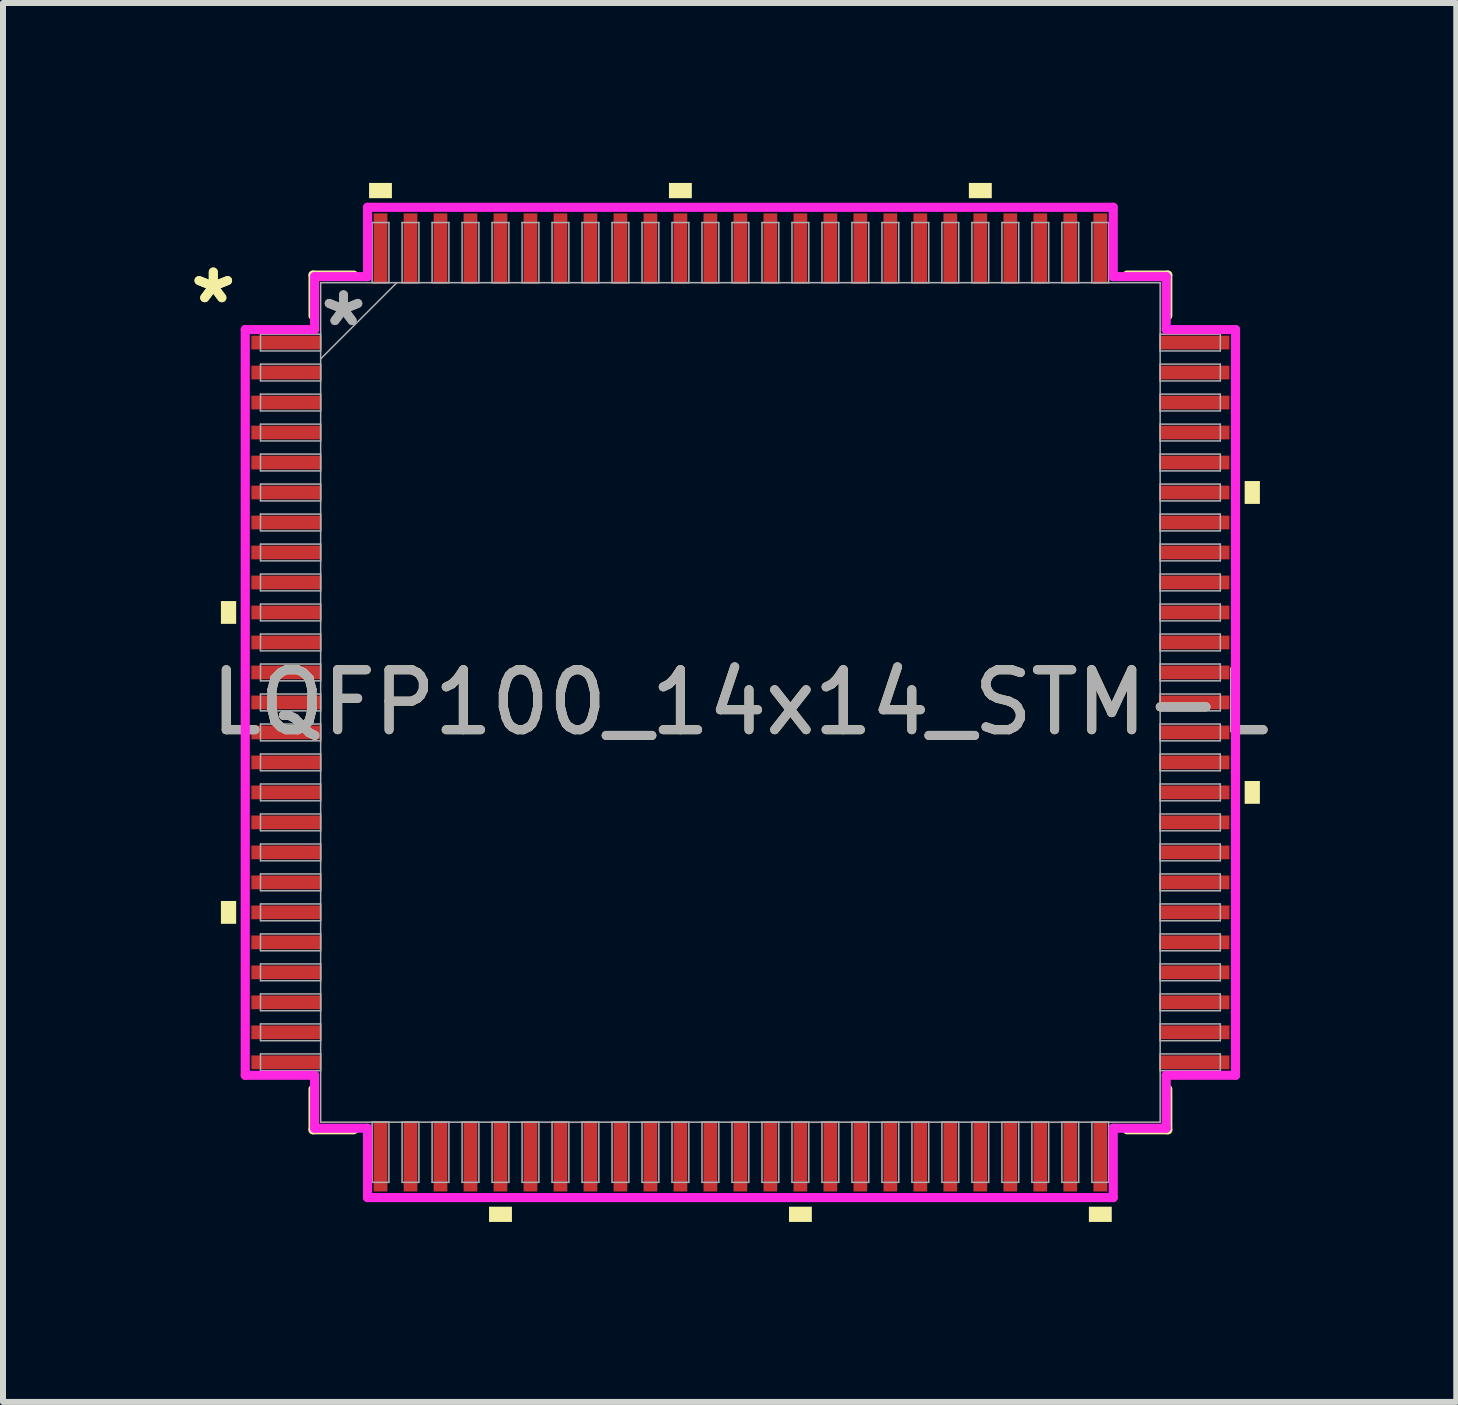
<source format=kicad_pcb>
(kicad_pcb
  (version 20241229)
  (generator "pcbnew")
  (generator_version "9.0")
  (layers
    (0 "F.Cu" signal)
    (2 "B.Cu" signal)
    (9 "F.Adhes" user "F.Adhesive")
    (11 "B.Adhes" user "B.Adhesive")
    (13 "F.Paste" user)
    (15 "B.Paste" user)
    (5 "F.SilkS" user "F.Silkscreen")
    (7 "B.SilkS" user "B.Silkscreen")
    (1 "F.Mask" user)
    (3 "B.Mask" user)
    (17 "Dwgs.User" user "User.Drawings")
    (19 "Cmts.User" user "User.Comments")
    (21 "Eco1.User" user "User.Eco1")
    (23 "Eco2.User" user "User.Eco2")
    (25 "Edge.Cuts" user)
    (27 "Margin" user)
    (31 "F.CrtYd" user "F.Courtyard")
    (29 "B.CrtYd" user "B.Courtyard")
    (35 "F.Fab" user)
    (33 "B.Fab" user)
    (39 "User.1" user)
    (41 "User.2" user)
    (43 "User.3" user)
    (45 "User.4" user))
  (footprint "LQFP100_14x14_STM-L"
    (layer "F.Cu")
    (at 9.294 8.661)
    (property "Reference" "LQFP100_14x14_STM-L" (at 0 0 0) (unlocked yes) (layer "F.SilkS") (effects (font (size 1 1) (thickness 0.15))))
    (attr smd)
    (fp_line (start -7.125 -7.125) (end -7.125 -6.447) (stroke (width 0.152) (type solid)) (layer "F.SilkS"))
    (fp_line (start -7.125 6.447) (end -7.125 7.125) (stroke (width 0.152) (type solid)) (layer "F.SilkS"))
    (fp_line (start -7.125 7.125) (end -6.447 7.125) (stroke (width 0.152) (type solid)) (layer "F.SilkS"))
    (fp_line (start -6.447 -7.125) (end -7.125 -7.125) (stroke (width 0.152) (type solid)) (layer "F.SilkS"))
    (fp_line (start 6.447 7.125) (end 7.125 7.125) (stroke (width 0.152) (type solid)) (layer "F.SilkS"))
    (fp_line (start 7.125 -7.125) (end 6.447 -7.125) (stroke (width 0.152) (type solid)) (layer "F.SilkS"))
    (fp_line (start 7.125 -6.447) (end 7.125 -7.125) (stroke (width 0.152) (type solid)) (layer "F.SilkS"))
    (fp_line (start 7.125 7.125) (end 7.125 6.447) (stroke (width 0.152) (type solid)) (layer "F.SilkS"))
    (fp_poly (pts (xy -8.661 -1.69) (xy -8.661 -1.31) (xy -8.407 -1.31) (xy -8.407 -1.69)) (stroke (width 0) (type solid)) (fill yes) (layer "F.SilkS"))
    (fp_poly (pts (xy -8.661 3.31) (xy -8.661 3.691) (xy -8.407 3.691) (xy -8.407 3.31)) (stroke (width 0) (type solid)) (fill yes) (layer "F.SilkS"))
    (fp_poly (pts (xy -6.191 -8.407) (xy -6.191 -8.661) (xy -5.81 -8.661) (xy -5.81 -8.407)) (stroke (width 0) (type solid)) (fill yes) (layer "F.SilkS"))
    (fp_poly (pts (xy -4.191 8.407) (xy -4.191 8.661) (xy -3.809 8.661) (xy -3.809 8.407)) (stroke (width 0) (type solid)) (fill yes) (layer "F.SilkS"))
    (fp_poly (pts (xy -1.191 -8.407) (xy -1.191 -8.661) (xy -0.81 -8.661) (xy -0.81 -8.407)) (stroke (width 0) (type solid)) (fill yes) (layer "F.SilkS"))
    (fp_poly (pts (xy 0.81 8.407) (xy 0.81 8.661) (xy 1.191 8.661) (xy 1.191 8.407)) (stroke (width 0) (type solid)) (fill yes) (layer "F.SilkS"))
    (fp_poly (pts (xy 3.809 -8.407) (xy 3.809 -8.661) (xy 4.191 -8.661) (xy 4.191 -8.407)) (stroke (width 0) (type solid)) (fill yes) (layer "F.SilkS"))
    (fp_poly (pts (xy 5.81 8.407) (xy 5.81 8.661) (xy 6.191 8.661) (xy 6.191 8.407)) (stroke (width 0) (type solid)) (fill yes) (layer "F.SilkS"))
    (fp_poly (pts (xy 8.661 -3.691) (xy 8.661 -3.31) (xy 8.407 -3.31) (xy 8.407 -3.691)) (stroke (width 0) (type solid)) (fill yes) (layer "F.SilkS"))
    (fp_poly (pts (xy 8.661 1.31) (xy 8.661 1.69) (xy 8.407 1.69) (xy 8.407 1.31)) (stroke (width 0) (type solid)) (fill yes) (layer "F.SilkS"))
    (fp_line (start -8.255 -6.216) (end -7.099 -6.216) (stroke (width 0.152) (type solid)) (layer "F.CrtYd"))
    (fp_line (start -8.255 6.216) (end -8.255 -6.216) (stroke (width 0.152) (type solid)) (layer "F.CrtYd"))
    (fp_line (start -7.099 -7.099) (end -6.216 -7.099) (stroke (width 0.152) (type solid)) (layer "F.CrtYd"))
    (fp_line (start -7.099 -6.216) (end -7.099 -7.099) (stroke (width 0.152) (type solid)) (layer "F.CrtYd"))
    (fp_line (start -7.099 6.216) (end -8.255 6.216) (stroke (width 0.152) (type solid)) (layer "F.CrtYd"))
    (fp_line (start -7.099 7.099) (end -7.099 6.216) (stroke (width 0.152) (type solid)) (layer "F.CrtYd"))
    (fp_line (start -7.099 7.099) (end -6.216 7.099) (stroke (width 0.152) (type solid)) (layer "F.CrtYd"))
    (fp_line (start -6.216 -8.255) (end 6.216 -8.255) (stroke (width 0.152) (type solid)) (layer "F.CrtYd"))
    (fp_line (start -6.216 -7.099) (end -6.216 -8.255) (stroke (width 0.152) (type solid)) (layer "F.CrtYd"))
    (fp_line (start -6.216 7.099) (end -6.216 8.255) (stroke (width 0.152) (type solid)) (layer "F.CrtYd"))
    (fp_line (start -6.216 8.255) (end 6.216 8.255) (stroke (width 0.152) (type solid)) (layer "F.CrtYd"))
    (fp_line (start 6.216 -8.255) (end 6.216 -7.099) (stroke (width 0.152) (type solid)) (layer "F.CrtYd"))
    (fp_line (start 6.216 -7.099) (end 7.099 -7.099) (stroke (width 0.152) (type solid)) (layer "F.CrtYd"))
    (fp_line (start 6.216 7.099) (end 7.099 7.099) (stroke (width 0.152) (type solid)) (layer "F.CrtYd"))
    (fp_line (start 6.216 8.255) (end 6.216 7.099) (stroke (width 0.152) (type solid)) (layer "F.CrtYd"))
    (fp_line (start 7.099 -6.216) (end 7.099 -7.099) (stroke (width 0.152) (type solid)) (layer "F.CrtYd"))
    (fp_line (start 7.099 6.216) (end 8.255 6.216) (stroke (width 0.152) (type solid)) (layer "F.CrtYd"))
    (fp_line (start 7.099 7.099) (end 7.099 6.216) (stroke (width 0.152) (type solid)) (layer "F.CrtYd"))
    (fp_line (start 8.255 -6.216) (end 7.099 -6.216) (stroke (width 0.152) (type solid)) (layer "F.CrtYd"))
    (fp_line (start 8.255 6.216) (end 8.255 -6.216) (stroke (width 0.152) (type solid)) (layer "F.CrtYd"))
    (fp_line (start -8.001 -6.14) (end -8.001 -5.86) (stroke (width 0.025) (type solid)) (layer "F.Fab"))
    (fp_line (start -8.001 -5.86) (end -6.998 -5.86) (stroke (width 0.025) (type solid)) (layer "F.Fab"))
    (fp_line (start -8.001 -5.64) (end -8.001 -5.36) (stroke (width 0.025) (type solid)) (layer "F.Fab"))
    (fp_line (start -8.001 -5.36) (end -6.998 -5.36) (stroke (width 0.025) (type solid)) (layer "F.Fab"))
    (fp_line (start -8.001 -5.14) (end -8.001 -4.86) (stroke (width 0.025) (type solid)) (layer "F.Fab"))
    (fp_line (start -8.001 -4.86) (end -6.998 -4.86) (stroke (width 0.025) (type solid)) (layer "F.Fab"))
    (fp_line (start -8.001 -4.64) (end -8.001 -4.36) (stroke (width 0.025) (type solid)) (layer "F.Fab"))
    (fp_line (start -8.001 -4.36) (end -6.998 -4.36) (stroke (width 0.025) (type solid)) (layer "F.Fab"))
    (fp_line (start -8.001 -4.14) (end -8.001 -3.86) (stroke (width 0.025) (type solid)) (layer "F.Fab"))
    (fp_line (start -8.001 -3.86) (end -6.998 -3.86) (stroke (width 0.025) (type solid)) (layer "F.Fab"))
    (fp_line (start -8.001 -3.64) (end -8.001 -3.36) (stroke (width 0.025) (type solid)) (layer "F.Fab"))
    (fp_line (start -8.001 -3.36) (end -6.998 -3.36) (stroke (width 0.025) (type solid)) (layer "F.Fab"))
    (fp_line (start -8.001 -3.14) (end -8.001 -2.86) (stroke (width 0.025) (type solid)) (layer "F.Fab"))
    (fp_line (start -8.001 -2.86) (end -6.998 -2.86) (stroke (width 0.025) (type solid)) (layer "F.Fab"))
    (fp_line (start -8.001 -2.64) (end -8.001 -2.36) (stroke (width 0.025) (type solid)) (layer "F.Fab"))
    (fp_line (start -8.001 -2.36) (end -6.998 -2.36) (stroke (width 0.025) (type solid)) (layer "F.Fab"))
    (fp_line (start -8.001 -2.14) (end -8.001 -1.86) (stroke (width 0.025) (type solid)) (layer "F.Fab"))
    (fp_line (start -8.001 -1.86) (end -6.998 -1.86) (stroke (width 0.025) (type solid)) (layer "F.Fab"))
    (fp_line (start -8.001 -1.64) (end -8.001 -1.36) (stroke (width 0.025) (type solid)) (layer "F.Fab"))
    (fp_line (start -8.001 -1.36) (end -6.998 -1.36) (stroke (width 0.025) (type solid)) (layer "F.Fab"))
    (fp_line (start -8.001 -1.14) (end -8.001 -0.86) (stroke (width 0.025) (type solid)) (layer "F.Fab"))
    (fp_line (start -8.001 -0.86) (end -6.998 -0.86) (stroke (width 0.025) (type solid)) (layer "F.Fab"))
    (fp_line (start -8.001 -0.64) (end -8.001 -0.36) (stroke (width 0.025) (type solid)) (layer "F.Fab"))
    (fp_line (start -8.001 -0.36) (end -6.998 -0.36) (stroke (width 0.025) (type solid)) (layer "F.Fab"))
    (fp_line (start -8.001 -0.14) (end -8.001 0.14) (stroke (width 0.025) (type solid)) (layer "F.Fab"))
    (fp_line (start -8.001 0.14) (end -6.998 0.14) (stroke (width 0.025) (type solid)) (layer "F.Fab"))
    (fp_line (start -8.001 0.36) (end -8.001 0.64) (stroke (width 0.025) (type solid)) (layer "F.Fab"))
    (fp_line (start -8.001 0.64) (end -6.998 0.64) (stroke (width 0.025) (type solid)) (layer "F.Fab"))
    (fp_line (start -8.001 0.86) (end -8.001 1.14) (stroke (width 0.025) (type solid)) (layer "F.Fab"))
    (fp_line (start -8.001 1.14) (end -6.998 1.14) (stroke (width 0.025) (type solid)) (layer "F.Fab"))
    (fp_line (start -8.001 1.36) (end -8.001 1.64) (stroke (width 0.025) (type solid)) (layer "F.Fab"))
    (fp_line (start -8.001 1.64) (end -6.998 1.64) (stroke (width 0.025) (type solid)) (layer "F.Fab"))
    (fp_line (start -8.001 1.86) (end -8.001 2.14) (stroke (width 0.025) (type solid)) (layer "F.Fab"))
    (fp_line (start -8.001 2.14) (end -6.998 2.14) (stroke (width 0.025) (type solid)) (layer "F.Fab"))
    (fp_line (start -8.001 2.36) (end -8.001 2.64) (stroke (width 0.025) (type solid)) (layer "F.Fab"))
    (fp_line (start -8.001 2.64) (end -6.998 2.64) (stroke (width 0.025) (type solid)) (layer "F.Fab"))
    (fp_line (start -8.001 2.86) (end -8.001 3.14) (stroke (width 0.025) (type solid)) (layer "F.Fab"))
    (fp_line (start -8.001 3.14) (end -6.998 3.14) (stroke (width 0.025) (type solid)) (layer "F.Fab"))
    (fp_line (start -8.001 3.36) (end -8.001 3.64) (stroke (width 0.025) (type solid)) (layer "F.Fab"))
    (fp_line (start -8.001 3.64) (end -6.998 3.64) (stroke (width 0.025) (type solid)) (layer "F.Fab"))
    (fp_line (start -8.001 3.86) (end -8.001 4.14) (stroke (width 0.025) (type solid)) (layer "F.Fab"))
    (fp_line (start -8.001 4.14) (end -6.998 4.14) (stroke (width 0.025) (type solid)) (layer "F.Fab"))
    (fp_line (start -8.001 4.36) (end -8.001 4.64) (stroke (width 0.025) (type solid)) (layer "F.Fab"))
    (fp_line (start -8.001 4.64) (end -6.998 4.64) (stroke (width 0.025) (type solid)) (layer "F.Fab"))
    (fp_line (start -8.001 4.86) (end -8.001 5.14) (stroke (width 0.025) (type solid)) (layer "F.Fab"))
    (fp_line (start -8.001 5.14) (end -6.998 5.14) (stroke (width 0.025) (type solid)) (layer "F.Fab"))
    (fp_line (start -8.001 5.36) (end -8.001 5.64) (stroke (width 0.025) (type solid)) (layer "F.Fab"))
    (fp_line (start -8.001 5.64) (end -6.998 5.64) (stroke (width 0.025) (type solid)) (layer "F.Fab"))
    (fp_line (start -8.001 5.86) (end -8.001 6.14) (stroke (width 0.025) (type solid)) (layer "F.Fab"))
    (fp_line (start -8.001 6.14) (end -6.998 6.14) (stroke (width 0.025) (type solid)) (layer "F.Fab"))
    (fp_line (start -6.998 -6.998) (end -6.998 6.998) (stroke (width 0.025) (type solid)) (layer "F.Fab"))
    (fp_line (start -6.998 -6.14) (end -8.001 -6.14) (stroke (width 0.025) (type solid)) (layer "F.Fab"))
    (fp_line (start -6.998 -5.86) (end -6.998 -6.14) (stroke (width 0.025) (type solid)) (layer "F.Fab"))
    (fp_line (start -6.998 -5.728) (end -5.728 -6.998) (stroke (width 0.025) (type solid)) (layer "F.Fab"))
    (fp_line (start -6.998 -5.64) (end -8.001 -5.64) (stroke (width 0.025) (type solid)) (layer "F.Fab"))
    (fp_line (start -6.998 -5.36) (end -6.998 -5.64) (stroke (width 0.025) (type solid)) (layer "F.Fab"))
    (fp_line (start -6.998 -5.14) (end -8.001 -5.14) (stroke (width 0.025) (type solid)) (layer "F.Fab"))
    (fp_line (start -6.998 -4.86) (end -6.998 -5.14) (stroke (width 0.025) (type solid)) (layer "F.Fab"))
    (fp_line (start -6.998 -4.64) (end -8.001 -4.64) (stroke (width 0.025) (type solid)) (layer "F.Fab"))
    (fp_line (start -6.998 -4.36) (end -6.998 -4.64) (stroke (width 0.025) (type solid)) (layer "F.Fab"))
    (fp_line (start -6.998 -4.14) (end -8.001 -4.14) (stroke (width 0.025) (type solid)) (layer "F.Fab"))
    (fp_line (start -6.998 -3.86) (end -6.998 -4.14) (stroke (width 0.025) (type solid)) (layer "F.Fab"))
    (fp_line (start -6.998 -3.64) (end -8.001 -3.64) (stroke (width 0.025) (type solid)) (layer "F.Fab"))
    (fp_line (start -6.998 -3.36) (end -6.998 -3.64) (stroke (width 0.025) (type solid)) (layer "F.Fab"))
    (fp_line (start -6.998 -3.14) (end -8.001 -3.14) (stroke (width 0.025) (type solid)) (layer "F.Fab"))
    (fp_line (start -6.998 -2.86) (end -6.998 -3.14) (stroke (width 0.025) (type solid)) (layer "F.Fab"))
    (fp_line (start -6.998 -2.64) (end -8.001 -2.64) (stroke (width 0.025) (type solid)) (layer "F.Fab"))
    (fp_line (start -6.998 -2.36) (end -6.998 -2.64) (stroke (width 0.025) (type solid)) (layer "F.Fab"))
    (fp_line (start -6.998 -2.14) (end -8.001 -2.14) (stroke (width 0.025) (type solid)) (layer "F.Fab"))
    (fp_line (start -6.998 -1.86) (end -6.998 -2.14) (stroke (width 0.025) (type solid)) (layer "F.Fab"))
    (fp_line (start -6.998 -1.64) (end -8.001 -1.64) (stroke (width 0.025) (type solid)) (layer "F.Fab"))
    (fp_line (start -6.998 -1.36) (end -6.998 -1.64) (stroke (width 0.025) (type solid)) (layer "F.Fab"))
    (fp_line (start -6.998 -1.14) (end -8.001 -1.14) (stroke (width 0.025) (type solid)) (layer "F.Fab"))
    (fp_line (start -6.998 -0.86) (end -6.998 -1.14) (stroke (width 0.025) (type solid)) (layer "F.Fab"))
    (fp_line (start -6.998 -0.64) (end -8.001 -0.64) (stroke (width 0.025) (type solid)) (layer "F.Fab"))
    (fp_line (start -6.998 -0.36) (end -6.998 -0.64) (stroke (width 0.025) (type solid)) (layer "F.Fab"))
    (fp_line (start -6.998 -0.14) (end -8.001 -0.14) (stroke (width 0.025) (type solid)) (layer "F.Fab"))
    (fp_line (start -6.998 0.14) (end -6.998 -0.14) (stroke (width 0.025) (type solid)) (layer "F.Fab"))
    (fp_line (start -6.998 0.36) (end -8.001 0.36) (stroke (width 0.025) (type solid)) (layer "F.Fab"))
    (fp_line (start -6.998 0.64) (end -6.998 0.36) (stroke (width 0.025) (type solid)) (layer "F.Fab"))
    (fp_line (start -6.998 0.86) (end -8.001 0.86) (stroke (width 0.025) (type solid)) (layer "F.Fab"))
    (fp_line (start -6.998 1.14) (end -6.998 0.86) (stroke (width 0.025) (type solid)) (layer "F.Fab"))
    (fp_line (start -6.998 1.36) (end -8.001 1.36) (stroke (width 0.025) (type solid)) (layer "F.Fab"))
    (fp_line (start -6.998 1.64) (end -6.998 1.36) (stroke (width 0.025) (type solid)) (layer "F.Fab"))
    (fp_line (start -6.998 1.86) (end -8.001 1.86) (stroke (width 0.025) (type solid)) (layer "F.Fab"))
    (fp_line (start -6.998 2.14) (end -6.998 1.86) (stroke (width 0.025) (type solid)) (layer "F.Fab"))
    (fp_line (start -6.998 2.36) (end -8.001 2.36) (stroke (width 0.025) (type solid)) (layer "F.Fab"))
    (fp_line (start -6.998 2.64) (end -6.998 2.36) (stroke (width 0.025) (type solid)) (layer "F.Fab"))
    (fp_line (start -6.998 2.86) (end -8.001 2.86) (stroke (width 0.025) (type solid)) (layer "F.Fab"))
    (fp_line (start -6.998 3.14) (end -6.998 2.86) (stroke (width 0.025) (type solid)) (layer "F.Fab"))
    (fp_line (start -6.998 3.36) (end -8.001 3.36) (stroke (width 0.025) (type solid)) (layer "F.Fab"))
    (fp_line (start -6.998 3.64) (end -6.998 3.36) (stroke (width 0.025) (type solid)) (layer "F.Fab"))
    (fp_line (start -6.998 3.86) (end -8.001 3.86) (stroke (width 0.025) (type solid)) (layer "F.Fab"))
    (fp_line (start -6.998 4.14) (end -6.998 3.86) (stroke (width 0.025) (type solid)) (layer "F.Fab"))
    (fp_line (start -6.998 4.36) (end -8.001 4.36) (stroke (width 0.025) (type solid)) (layer "F.Fab"))
    (fp_line (start -6.998 4.64) (end -6.998 4.36) (stroke (width 0.025) (type solid)) (layer "F.Fab"))
    (fp_line (start -6.998 4.86) (end -8.001 4.86) (stroke (width 0.025) (type solid)) (layer "F.Fab"))
    (fp_line (start -6.998 5.14) (end -6.998 4.86) (stroke (width 0.025) (type solid)) (layer "F.Fab"))
    (fp_line (start -6.998 5.36) (end -8.001 5.36) (stroke (width 0.025) (type solid)) (layer "F.Fab"))
    (fp_line (start -6.998 5.64) (end -6.998 5.36) (stroke (width 0.025) (type solid)) (layer "F.Fab"))
    (fp_line (start -6.998 5.86) (end -8.001 5.86) (stroke (width 0.025) (type solid)) (layer "F.Fab"))
    (fp_line (start -6.998 6.14) (end -6.998 5.86) (stroke (width 0.025) (type solid)) (layer "F.Fab"))
    (fp_line (start -6.998 6.998) (end 6.998 6.998) (stroke (width 0.025) (type solid)) (layer "F.Fab"))
    (fp_line (start -6.14 -8.001) (end -6.14 -6.998) (stroke (width 0.025) (type solid)) (layer "F.Fab"))
    (fp_line (start -6.14 -6.998) (end -5.86 -6.998) (stroke (width 0.025) (type solid)) (layer "F.Fab"))
    (fp_line (start -6.14 6.998) (end -6.14 8.001) (stroke (width 0.025) (type solid)) (layer "F.Fab"))
    (fp_line (start -6.14 8.001) (end -5.86 8.001) (stroke (width 0.025) (type solid)) (layer "F.Fab"))
    (fp_line (start -5.86 -8.001) (end -6.14 -8.001) (stroke (width 0.025) (type solid)) (layer "F.Fab"))
    (fp_line (start -5.86 -6.998) (end -5.86 -8.001) (stroke (width 0.025) (type solid)) (layer "F.Fab"))
    (fp_line (start -5.86 6.998) (end -6.14 6.998) (stroke (width 0.025) (type solid)) (layer "F.Fab"))
    (fp_line (start -5.86 8.001) (end -5.86 6.998) (stroke (width 0.025) (type solid)) (layer "F.Fab"))
    (fp_line (start -5.64 -8.001) (end -5.64 -6.998) (stroke (width 0.025) (type solid)) (layer "F.Fab"))
    (fp_line (start -5.64 -6.998) (end -5.36 -6.998) (stroke (width 0.025) (type solid)) (layer "F.Fab"))
    (fp_line (start -5.64 6.998) (end -5.64 8.001) (stroke (width 0.025) (type solid)) (layer "F.Fab"))
    (fp_line (start -5.64 8.001) (end -5.36 8.001) (stroke (width 0.025) (type solid)) (layer "F.Fab"))
    (fp_line (start -5.36 -8.001) (end -5.64 -8.001) (stroke (width 0.025) (type solid)) (layer "F.Fab"))
    (fp_line (start -5.36 -6.998) (end -5.36 -8.001) (stroke (width 0.025) (type solid)) (layer "F.Fab"))
    (fp_line (start -5.36 6.998) (end -5.64 6.998) (stroke (width 0.025) (type solid)) (layer "F.Fab"))
    (fp_line (start -5.36 8.001) (end -5.36 6.998) (stroke (width 0.025) (type solid)) (layer "F.Fab"))
    (fp_line (start -5.14 -8.001) (end -5.14 -6.998) (stroke (width 0.025) (type solid)) (layer "F.Fab"))
    (fp_line (start -5.14 -6.998) (end -4.86 -6.998) (stroke (width 0.025) (type solid)) (layer "F.Fab"))
    (fp_line (start -5.14 6.998) (end -5.14 8.001) (stroke (width 0.025) (type solid)) (layer "F.Fab"))
    (fp_line (start -5.14 8.001) (end -4.86 8.001) (stroke (width 0.025) (type solid)) (layer "F.Fab"))
    (fp_line (start -4.86 -8.001) (end -5.14 -8.001) (stroke (width 0.025) (type solid)) (layer "F.Fab"))
    (fp_line (start -4.86 -6.998) (end -4.86 -8.001) (stroke (width 0.025) (type solid)) (layer "F.Fab"))
    (fp_line (start -4.86 6.998) (end -5.14 6.998) (stroke (width 0.025) (type solid)) (layer "F.Fab"))
    (fp_line (start -4.86 8.001) (end -4.86 6.998) (stroke (width 0.025) (type solid)) (layer "F.Fab"))
    (fp_line (start -4.64 -8.001) (end -4.64 -6.998) (stroke (width 0.025) (type solid)) (layer "F.Fab"))
    (fp_line (start -4.64 -6.998) (end -4.36 -6.998) (stroke (width 0.025) (type solid)) (layer "F.Fab"))
    (fp_line (start -4.64 6.998) (end -4.64 8.001) (stroke (width 0.025) (type solid)) (layer "F.Fab"))
    (fp_line (start -4.64 8.001) (end -4.36 8.001) (stroke (width 0.025) (type solid)) (layer "F.Fab"))
    (fp_line (start -4.36 -8.001) (end -4.64 -8.001) (stroke (width 0.025) (type solid)) (layer "F.Fab"))
    (fp_line (start -4.36 -6.998) (end -4.36 -8.001) (stroke (width 0.025) (type solid)) (layer "F.Fab"))
    (fp_line (start -4.36 6.998) (end -4.64 6.998) (stroke (width 0.025) (type solid)) (layer "F.Fab"))
    (fp_line (start -4.36 8.001) (end -4.36 6.998) (stroke (width 0.025) (type solid)) (layer "F.Fab"))
    (fp_line (start -4.14 -8.001) (end -4.14 -6.998) (stroke (width 0.025) (type solid)) (layer "F.Fab"))
    (fp_line (start -4.14 -6.998) (end -3.86 -6.998) (stroke (width 0.025) (type solid)) (layer "F.Fab"))
    (fp_line (start -4.14 6.998) (end -4.14 8.001) (stroke (width 0.025) (type solid)) (layer "F.Fab"))
    (fp_line (start -4.14 8.001) (end -3.86 8.001) (stroke (width 0.025) (type solid)) (layer "F.Fab"))
    (fp_line (start -3.86 -8.001) (end -4.14 -8.001) (stroke (width 0.025) (type solid)) (layer "F.Fab"))
    (fp_line (start -3.86 -6.998) (end -3.86 -8.001) (stroke (width 0.025) (type solid)) (layer "F.Fab"))
    (fp_line (start -3.86 6.998) (end -4.14 6.998) (stroke (width 0.025) (type solid)) (layer "F.Fab"))
    (fp_line (start -3.86 8.001) (end -3.86 6.998) (stroke (width 0.025) (type solid)) (layer "F.Fab"))
    (fp_line (start -3.64 -8.001) (end -3.64 -6.998) (stroke (width 0.025) (type solid)) (layer "F.Fab"))
    (fp_line (start -3.64 -6.998) (end -3.36 -6.998) (stroke (width 0.025) (type solid)) (layer "F.Fab"))
    (fp_line (start -3.64 6.998) (end -3.64 8.001) (stroke (width 0.025) (type solid)) (layer "F.Fab"))
    (fp_line (start -3.64 8.001) (end -3.36 8.001) (stroke (width 0.025) (type solid)) (layer "F.Fab"))
    (fp_line (start -3.36 -8.001) (end -3.64 -8.001) (stroke (width 0.025) (type solid)) (layer "F.Fab"))
    (fp_line (start -3.36 -6.998) (end -3.36 -8.001) (stroke (width 0.025) (type solid)) (layer "F.Fab"))
    (fp_line (start -3.36 6.998) (end -3.64 6.998) (stroke (width 0.025) (type solid)) (layer "F.Fab"))
    (fp_line (start -3.36 8.001) (end -3.36 6.998) (stroke (width 0.025) (type solid)) (layer "F.Fab"))
    (fp_line (start -3.14 -8.001) (end -3.14 -6.998) (stroke (width 0.025) (type solid)) (layer "F.Fab"))
    (fp_line (start -3.14 -6.998) (end -2.86 -6.998) (stroke (width 0.025) (type solid)) (layer "F.Fab"))
    (fp_line (start -3.14 6.998) (end -3.14 8.001) (stroke (width 0.025) (type solid)) (layer "F.Fab"))
    (fp_line (start -3.14 8.001) (end -2.86 8.001) (stroke (width 0.025) (type solid)) (layer "F.Fab"))
    (fp_line (start -2.86 -8.001) (end -3.14 -8.001) (stroke (width 0.025) (type solid)) (layer "F.Fab"))
    (fp_line (start -2.86 -6.998) (end -2.86 -8.001) (stroke (width 0.025) (type solid)) (layer "F.Fab"))
    (fp_line (start -2.86 6.998) (end -3.14 6.998) (stroke (width 0.025) (type solid)) (layer "F.Fab"))
    (fp_line (start -2.86 8.001) (end -2.86 6.998) (stroke (width 0.025) (type solid)) (layer "F.Fab"))
    (fp_line (start -2.64 -8.001) (end -2.64 -6.998) (stroke (width 0.025) (type solid)) (layer "F.Fab"))
    (fp_line (start -2.64 -6.998) (end -2.36 -6.998) (stroke (width 0.025) (type solid)) (layer "F.Fab"))
    (fp_line (start -2.64 6.998) (end -2.64 8.001) (stroke (width 0.025) (type solid)) (layer "F.Fab"))
    (fp_line (start -2.64 8.001) (end -2.36 8.001) (stroke (width 0.025) (type solid)) (layer "F.Fab"))
    (fp_line (start -2.36 -8.001) (end -2.64 -8.001) (stroke (width 0.025) (type solid)) (layer "F.Fab"))
    (fp_line (start -2.36 -6.998) (end -2.36 -8.001) (stroke (width 0.025) (type solid)) (layer "F.Fab"))
    (fp_line (start -2.36 6.998) (end -2.64 6.998) (stroke (width 0.025) (type solid)) (layer "F.Fab"))
    (fp_line (start -2.36 8.001) (end -2.36 6.998) (stroke (width 0.025) (type solid)) (layer "F.Fab"))
    (fp_line (start -2.14 -8.001) (end -2.14 -6.998) (stroke (width 0.025) (type solid)) (layer "F.Fab"))
    (fp_line (start -2.14 -6.998) (end -1.86 -6.998) (stroke (width 0.025) (type solid)) (layer "F.Fab"))
    (fp_line (start -2.14 6.998) (end -2.14 8.001) (stroke (width 0.025) (type solid)) (layer "F.Fab"))
    (fp_line (start -2.14 8.001) (end -1.86 8.001) (stroke (width 0.025) (type solid)) (layer "F.Fab"))
    (fp_line (start -1.86 -8.001) (end -2.14 -8.001) (stroke (width 0.025) (type solid)) (layer "F.Fab"))
    (fp_line (start -1.86 -6.998) (end -1.86 -8.001) (stroke (width 0.025) (type solid)) (layer "F.Fab"))
    (fp_line (start -1.86 6.998) (end -2.14 6.998) (stroke (width 0.025) (type solid)) (layer "F.Fab"))
    (fp_line (start -1.86 8.001) (end -1.86 6.998) (stroke (width 0.025) (type solid)) (layer "F.Fab"))
    (fp_line (start -1.64 -8.001) (end -1.64 -6.998) (stroke (width 0.025) (type solid)) (layer "F.Fab"))
    (fp_line (start -1.64 -6.998) (end -1.36 -6.998) (stroke (width 0.025) (type solid)) (layer "F.Fab"))
    (fp_line (start -1.64 6.998) (end -1.64 8.001) (stroke (width 0.025) (type solid)) (layer "F.Fab"))
    (fp_line (start -1.64 8.001) (end -1.36 8.001) (stroke (width 0.025) (type solid)) (layer "F.Fab"))
    (fp_line (start -1.36 -8.001) (end -1.64 -8.001) (stroke (width 0.025) (type solid)) (layer "F.Fab"))
    (fp_line (start -1.36 -6.998) (end -1.36 -8.001) (stroke (width 0.025) (type solid)) (layer "F.Fab"))
    (fp_line (start -1.36 6.998) (end -1.64 6.998) (stroke (width 0.025) (type solid)) (layer "F.Fab"))
    (fp_line (start -1.36 8.001) (end -1.36 6.998) (stroke (width 0.025) (type solid)) (layer "F.Fab"))
    (fp_line (start -1.14 -8.001) (end -1.14 -6.998) (stroke (width 0.025) (type solid)) (layer "F.Fab"))
    (fp_line (start -1.14 -6.998) (end -0.86 -6.998) (stroke (width 0.025) (type solid)) (layer "F.Fab"))
    (fp_line (start -1.14 6.998) (end -1.14 8.001) (stroke (width 0.025) (type solid)) (layer "F.Fab"))
    (fp_line (start -1.14 8.001) (end -0.86 8.001) (stroke (width 0.025) (type solid)) (layer "F.Fab"))
    (fp_line (start -0.86 -8.001) (end -1.14 -8.001) (stroke (width 0.025) (type solid)) (layer "F.Fab"))
    (fp_line (start -0.86 -6.998) (end -0.86 -8.001) (stroke (width 0.025) (type solid)) (layer "F.Fab"))
    (fp_line (start -0.86 6.998) (end -1.14 6.998) (stroke (width 0.025) (type solid)) (layer "F.Fab"))
    (fp_line (start -0.86 8.001) (end -0.86 6.998) (stroke (width 0.025) (type solid)) (layer "F.Fab"))
    (fp_line (start -0.64 -8.001) (end -0.64 -6.998) (stroke (width 0.025) (type solid)) (layer "F.Fab"))
    (fp_line (start -0.64 -6.998) (end -0.36 -6.998) (stroke (width 0.025) (type solid)) (layer "F.Fab"))
    (fp_line (start -0.64 6.998) (end -0.64 8.001) (stroke (width 0.025) (type solid)) (layer "F.Fab"))
    (fp_line (start -0.64 8.001) (end -0.36 8.001) (stroke (width 0.025) (type solid)) (layer "F.Fab"))
    (fp_line (start -0.36 -8.001) (end -0.64 -8.001) (stroke (width 0.025) (type solid)) (layer "F.Fab"))
    (fp_line (start -0.36 -6.998) (end -0.36 -8.001) (stroke (width 0.025) (type solid)) (layer "F.Fab"))
    (fp_line (start -0.36 6.998) (end -0.64 6.998) (stroke (width 0.025) (type solid)) (layer "F.Fab"))
    (fp_line (start -0.36 8.001) (end -0.36 6.998) (stroke (width 0.025) (type solid)) (layer "F.Fab"))
    (fp_line (start -0.14 -8.001) (end -0.14 -6.998) (stroke (width 0.025) (type solid)) (layer "F.Fab"))
    (fp_line (start -0.14 -6.998) (end 0.14 -6.998) (stroke (width 0.025) (type solid)) (layer "F.Fab"))
    (fp_line (start -0.14 6.998) (end -0.14 8.001) (stroke (width 0.025) (type solid)) (layer "F.Fab"))
    (fp_line (start -0.14 8.001) (end 0.14 8.001) (stroke (width 0.025) (type solid)) (layer "F.Fab"))
    (fp_line (start 0.14 -8.001) (end -0.14 -8.001) (stroke (width 0.025) (type solid)) (layer "F.Fab"))
    (fp_line (start 0.14 -6.998) (end 0.14 -8.001) (stroke (width 0.025) (type solid)) (layer "F.Fab"))
    (fp_line (start 0.14 6.998) (end -0.14 6.998) (stroke (width 0.025) (type solid)) (layer "F.Fab"))
    (fp_line (start 0.14 8.001) (end 0.14 6.998) (stroke (width 0.025) (type solid)) (layer "F.Fab"))
    (fp_line (start 0.36 -8.001) (end 0.36 -6.998) (stroke (width 0.025) (type solid)) (layer "F.Fab"))
    (fp_line (start 0.36 -6.998) (end 0.64 -6.998) (stroke (width 0.025) (type solid)) (layer "F.Fab"))
    (fp_line (start 0.36 6.998) (end 0.36 8.001) (stroke (width 0.025) (type solid)) (layer "F.Fab"))
    (fp_line (start 0.36 8.001) (end 0.64 8.001) (stroke (width 0.025) (type solid)) (layer "F.Fab"))
    (fp_line (start 0.64 -8.001) (end 0.36 -8.001) (stroke (width 0.025) (type solid)) (layer "F.Fab"))
    (fp_line (start 0.64 -6.998) (end 0.64 -8.001) (stroke (width 0.025) (type solid)) (layer "F.Fab"))
    (fp_line (start 0.64 6.998) (end 0.36 6.998) (stroke (width 0.025) (type solid)) (layer "F.Fab"))
    (fp_line (start 0.64 8.001) (end 0.64 6.998) (stroke (width 0.025) (type solid)) (layer "F.Fab"))
    (fp_line (start 0.86 -8.001) (end 0.86 -6.998) (stroke (width 0.025) (type solid)) (layer "F.Fab"))
    (fp_line (start 0.86 -6.998) (end 1.14 -6.998) (stroke (width 0.025) (type solid)) (layer "F.Fab"))
    (fp_line (start 0.86 6.998) (end 0.86 8.001) (stroke (width 0.025) (type solid)) (layer "F.Fab"))
    (fp_line (start 0.86 8.001) (end 1.14 8.001) (stroke (width 0.025) (type solid)) (layer "F.Fab"))
    (fp_line (start 1.14 -8.001) (end 0.86 -8.001) (stroke (width 0.025) (type solid)) (layer "F.Fab"))
    (fp_line (start 1.14 -6.998) (end 1.14 -8.001) (stroke (width 0.025) (type solid)) (layer "F.Fab"))
    (fp_line (start 1.14 6.998) (end 0.86 6.998) (stroke (width 0.025) (type solid)) (layer "F.Fab"))
    (fp_line (start 1.14 8.001) (end 1.14 6.998) (stroke (width 0.025) (type solid)) (layer "F.Fab"))
    (fp_line (start 1.36 -8.001) (end 1.36 -6.998) (stroke (width 0.025) (type solid)) (layer "F.Fab"))
    (fp_line (start 1.36 -6.998) (end 1.64 -6.998) (stroke (width 0.025) (type solid)) (layer "F.Fab"))
    (fp_line (start 1.36 6.998) (end 1.36 8.001) (stroke (width 0.025) (type solid)) (layer "F.Fab"))
    (fp_line (start 1.36 8.001) (end 1.64 8.001) (stroke (width 0.025) (type solid)) (layer "F.Fab"))
    (fp_line (start 1.64 -8.001) (end 1.36 -8.001) (stroke (width 0.025) (type solid)) (layer "F.Fab"))
    (fp_line (start 1.64 -6.998) (end 1.64 -8.001) (stroke (width 0.025) (type solid)) (layer "F.Fab"))
    (fp_line (start 1.64 6.998) (end 1.36 6.998) (stroke (width 0.025) (type solid)) (layer "F.Fab"))
    (fp_line (start 1.64 8.001) (end 1.64 6.998) (stroke (width 0.025) (type solid)) (layer "F.Fab"))
    (fp_line (start 1.86 -8.001) (end 1.86 -6.998) (stroke (width 0.025) (type solid)) (layer "F.Fab"))
    (fp_line (start 1.86 -6.998) (end 2.14 -6.998) (stroke (width 0.025) (type solid)) (layer "F.Fab"))
    (fp_line (start 1.86 6.998) (end 1.86 8.001) (stroke (width 0.025) (type solid)) (layer "F.Fab"))
    (fp_line (start 1.86 8.001) (end 2.14 8.001) (stroke (width 0.025) (type solid)) (layer "F.Fab"))
    (fp_line (start 2.14 -8.001) (end 1.86 -8.001) (stroke (width 0.025) (type solid)) (layer "F.Fab"))
    (fp_line (start 2.14 -6.998) (end 2.14 -8.001) (stroke (width 0.025) (type solid)) (layer "F.Fab"))
    (fp_line (start 2.14 6.998) (end 1.86 6.998) (stroke (width 0.025) (type solid)) (layer "F.Fab"))
    (fp_line (start 2.14 8.001) (end 2.14 6.998) (stroke (width 0.025) (type solid)) (layer "F.Fab"))
    (fp_line (start 2.36 -8.001) (end 2.36 -6.998) (stroke (width 0.025) (type solid)) (layer "F.Fab"))
    (fp_line (start 2.36 -6.998) (end 2.64 -6.998) (stroke (width 0.025) (type solid)) (layer "F.Fab"))
    (fp_line (start 2.36 6.998) (end 2.36 8.001) (stroke (width 0.025) (type solid)) (layer "F.Fab"))
    (fp_line (start 2.36 8.001) (end 2.64 8.001) (stroke (width 0.025) (type solid)) (layer "F.Fab"))
    (fp_line (start 2.64 -8.001) (end 2.36 -8.001) (stroke (width 0.025) (type solid)) (layer "F.Fab"))
    (fp_line (start 2.64 -6.998) (end 2.64 -8.001) (stroke (width 0.025) (type solid)) (layer "F.Fab"))
    (fp_line (start 2.64 6.998) (end 2.36 6.998) (stroke (width 0.025) (type solid)) (layer "F.Fab"))
    (fp_line (start 2.64 8.001) (end 2.64 6.998) (stroke (width 0.025) (type solid)) (layer "F.Fab"))
    (fp_line (start 2.86 -8.001) (end 2.86 -6.998) (stroke (width 0.025) (type solid)) (layer "F.Fab"))
    (fp_line (start 2.86 -6.998) (end 3.14 -6.998) (stroke (width 0.025) (type solid)) (layer "F.Fab"))
    (fp_line (start 2.86 6.998) (end 2.86 8.001) (stroke (width 0.025) (type solid)) (layer "F.Fab"))
    (fp_line (start 2.86 8.001) (end 3.14 8.001) (stroke (width 0.025) (type solid)) (layer "F.Fab"))
    (fp_line (start 3.14 -8.001) (end 2.86 -8.001) (stroke (width 0.025) (type solid)) (layer "F.Fab"))
    (fp_line (start 3.14 -6.998) (end 3.14 -8.001) (stroke (width 0.025) (type solid)) (layer "F.Fab"))
    (fp_line (start 3.14 6.998) (end 2.86 6.998) (stroke (width 0.025) (type solid)) (layer "F.Fab"))
    (fp_line (start 3.14 8.001) (end 3.14 6.998) (stroke (width 0.025) (type solid)) (layer "F.Fab"))
    (fp_line (start 3.36 -8.001) (end 3.36 -6.998) (stroke (width 0.025) (type solid)) (layer "F.Fab"))
    (fp_line (start 3.36 -6.998) (end 3.64 -6.998) (stroke (width 0.025) (type solid)) (layer "F.Fab"))
    (fp_line (start 3.36 6.998) (end 3.36 8.001) (stroke (width 0.025) (type solid)) (layer "F.Fab"))
    (fp_line (start 3.36 8.001) (end 3.64 8.001) (stroke (width 0.025) (type solid)) (layer "F.Fab"))
    (fp_line (start 3.64 -8.001) (end 3.36 -8.001) (stroke (width 0.025) (type solid)) (layer "F.Fab"))
    (fp_line (start 3.64 -6.998) (end 3.64 -8.001) (stroke (width 0.025) (type solid)) (layer "F.Fab"))
    (fp_line (start 3.64 6.998) (end 3.36 6.998) (stroke (width 0.025) (type solid)) (layer "F.Fab"))
    (fp_line (start 3.64 8.001) (end 3.64 6.998) (stroke (width 0.025) (type solid)) (layer "F.Fab"))
    (fp_line (start 3.86 -8.001) (end 3.86 -6.998) (stroke (width 0.025) (type solid)) (layer "F.Fab"))
    (fp_line (start 3.86 -6.998) (end 4.14 -6.998) (stroke (width 0.025) (type solid)) (layer "F.Fab"))
    (fp_line (start 3.86 6.998) (end 3.86 8.001) (stroke (width 0.025) (type solid)) (layer "F.Fab"))
    (fp_line (start 3.86 8.001) (end 4.14 8.001) (stroke (width 0.025) (type solid)) (layer "F.Fab"))
    (fp_line (start 4.14 -8.001) (end 3.86 -8.001) (stroke (width 0.025) (type solid)) (layer "F.Fab"))
    (fp_line (start 4.14 -6.998) (end 4.14 -8.001) (stroke (width 0.025) (type solid)) (layer "F.Fab"))
    (fp_line (start 4.14 6.998) (end 3.86 6.998) (stroke (width 0.025) (type solid)) (layer "F.Fab"))
    (fp_line (start 4.14 8.001) (end 4.14 6.998) (stroke (width 0.025) (type solid)) (layer "F.Fab"))
    (fp_line (start 4.36 -8.001) (end 4.36 -6.998) (stroke (width 0.025) (type solid)) (layer "F.Fab"))
    (fp_line (start 4.36 -6.998) (end 4.64 -6.998) (stroke (width 0.025) (type solid)) (layer "F.Fab"))
    (fp_line (start 4.36 6.998) (end 4.36 8.001) (stroke (width 0.025) (type solid)) (layer "F.Fab"))
    (fp_line (start 4.36 8.001) (end 4.64 8.001) (stroke (width 0.025) (type solid)) (layer "F.Fab"))
    (fp_line (start 4.64 -8.001) (end 4.36 -8.001) (stroke (width 0.025) (type solid)) (layer "F.Fab"))
    (fp_line (start 4.64 -6.998) (end 4.64 -8.001) (stroke (width 0.025) (type solid)) (layer "F.Fab"))
    (fp_line (start 4.64 6.998) (end 4.36 6.998) (stroke (width 0.025) (type solid)) (layer "F.Fab"))
    (fp_line (start 4.64 8.001) (end 4.64 6.998) (stroke (width 0.025) (type solid)) (layer "F.Fab"))
    (fp_line (start 4.86 -8.001) (end 4.86 -6.998) (stroke (width 0.025) (type solid)) (layer "F.Fab"))
    (fp_line (start 4.86 -6.998) (end 5.14 -6.998) (stroke (width 0.025) (type solid)) (layer "F.Fab"))
    (fp_line (start 4.86 6.998) (end 4.86 8.001) (stroke (width 0.025) (type solid)) (layer "F.Fab"))
    (fp_line (start 4.86 8.001) (end 5.14 8.001) (stroke (width 0.025) (type solid)) (layer "F.Fab"))
    (fp_line (start 5.14 -8.001) (end 4.86 -8.001) (stroke (width 0.025) (type solid)) (layer "F.Fab"))
    (fp_line (start 5.14 -6.998) (end 5.14 -8.001) (stroke (width 0.025) (type solid)) (layer "F.Fab"))
    (fp_line (start 5.14 6.998) (end 4.86 6.998) (stroke (width 0.025) (type solid)) (layer "F.Fab"))
    (fp_line (start 5.14 8.001) (end 5.14 6.998) (stroke (width 0.025) (type solid)) (layer "F.Fab"))
    (fp_line (start 5.36 -8.001) (end 5.36 -6.998) (stroke (width 0.025) (type solid)) (layer "F.Fab"))
    (fp_line (start 5.36 -6.998) (end 5.64 -6.998) (stroke (width 0.025) (type solid)) (layer "F.Fab"))
    (fp_line (start 5.36 6.998) (end 5.36 8.001) (stroke (width 0.025) (type solid)) (layer "F.Fab"))
    (fp_line (start 5.36 8.001) (end 5.64 8.001) (stroke (width 0.025) (type solid)) (layer "F.Fab"))
    (fp_line (start 5.64 -8.001) (end 5.36 -8.001) (stroke (width 0.025) (type solid)) (layer "F.Fab"))
    (fp_line (start 5.64 -6.998) (end 5.64 -8.001) (stroke (width 0.025) (type solid)) (layer "F.Fab"))
    (fp_line (start 5.64 6.998) (end 5.36 6.998) (stroke (width 0.025) (type solid)) (layer "F.Fab"))
    (fp_line (start 5.64 8.001) (end 5.64 6.998) (stroke (width 0.025) (type solid)) (layer "F.Fab"))
    (fp_line (start 5.86 -8.001) (end 5.86 -6.998) (stroke (width 0.025) (type solid)) (layer "F.Fab"))
    (fp_line (start 5.86 -6.998) (end 6.14 -6.998) (stroke (width 0.025) (type solid)) (layer "F.Fab"))
    (fp_line (start 5.86 6.998) (end 5.86 8.001) (stroke (width 0.025) (type solid)) (layer "F.Fab"))
    (fp_line (start 5.86 8.001) (end 6.14 8.001) (stroke (width 0.025) (type solid)) (layer "F.Fab"))
    (fp_line (start 6.14 -8.001) (end 5.86 -8.001) (stroke (width 0.025) (type solid)) (layer "F.Fab"))
    (fp_line (start 6.14 -6.998) (end 6.14 -8.001) (stroke (width 0.025) (type solid)) (layer "F.Fab"))
    (fp_line (start 6.14 6.998) (end 5.86 6.998) (stroke (width 0.025) (type solid)) (layer "F.Fab"))
    (fp_line (start 6.14 8.001) (end 6.14 6.998) (stroke (width 0.025) (type solid)) (layer "F.Fab"))
    (fp_line (start 6.998 -6.998) (end -6.998 -6.998) (stroke (width 0.025) (type solid)) (layer "F.Fab"))
    (fp_line (start 6.998 -6.14) (end 6.998 -5.86) (stroke (width 0.025) (type solid)) (layer "F.Fab"))
    (fp_line (start 6.998 -5.86) (end 8.001 -5.86) (stroke (width 0.025) (type solid)) (layer "F.Fab"))
    (fp_line (start 6.998 -5.64) (end 6.998 -5.36) (stroke (width 0.025) (type solid)) (layer "F.Fab"))
    (fp_line (start 6.998 -5.36) (end 8.001 -5.36) (stroke (width 0.025) (type solid)) (layer "F.Fab"))
    (fp_line (start 6.998 -5.14) (end 6.998 -4.86) (stroke (width 0.025) (type solid)) (layer "F.Fab"))
    (fp_line (start 6.998 -4.86) (end 8.001 -4.86) (stroke (width 0.025) (type solid)) (layer "F.Fab"))
    (fp_line (start 6.998 -4.64) (end 6.998 -4.36) (stroke (width 0.025) (type solid)) (layer "F.Fab"))
    (fp_line (start 6.998 -4.36) (end 8.001 -4.36) (stroke (width 0.025) (type solid)) (layer "F.Fab"))
    (fp_line (start 6.998 -4.14) (end 6.998 -3.86) (stroke (width 0.025) (type solid)) (layer "F.Fab"))
    (fp_line (start 6.998 -3.86) (end 8.001 -3.86) (stroke (width 0.025) (type solid)) (layer "F.Fab"))
    (fp_line (start 6.998 -3.64) (end 6.998 -3.36) (stroke (width 0.025) (type solid)) (layer "F.Fab"))
    (fp_line (start 6.998 -3.36) (end 8.001 -3.36) (stroke (width 0.025) (type solid)) (layer "F.Fab"))
    (fp_line (start 6.998 -3.14) (end 6.998 -2.86) (stroke (width 0.025) (type solid)) (layer "F.Fab"))
    (fp_line (start 6.998 -2.86) (end 8.001 -2.86) (stroke (width 0.025) (type solid)) (layer "F.Fab"))
    (fp_line (start 6.998 -2.64) (end 6.998 -2.36) (stroke (width 0.025) (type solid)) (layer "F.Fab"))
    (fp_line (start 6.998 -2.36) (end 8.001 -2.36) (stroke (width 0.025) (type solid)) (layer "F.Fab"))
    (fp_line (start 6.998 -2.14) (end 6.998 -1.86) (stroke (width 0.025) (type solid)) (layer "F.Fab"))
    (fp_line (start 6.998 -1.86) (end 8.001 -1.86) (stroke (width 0.025) (type solid)) (layer "F.Fab"))
    (fp_line (start 6.998 -1.64) (end 6.998 -1.36) (stroke (width 0.025) (type solid)) (layer "F.Fab"))
    (fp_line (start 6.998 -1.36) (end 8.001 -1.36) (stroke (width 0.025) (type solid)) (layer "F.Fab"))
    (fp_line (start 6.998 -1.14) (end 6.998 -0.86) (stroke (width 0.025) (type solid)) (layer "F.Fab"))
    (fp_line (start 6.998 -0.86) (end 8.001 -0.86) (stroke (width 0.025) (type solid)) (layer "F.Fab"))
    (fp_line (start 6.998 -0.64) (end 6.998 -0.36) (stroke (width 0.025) (type solid)) (layer "F.Fab"))
    (fp_line (start 6.998 -0.36) (end 8.001 -0.36) (stroke (width 0.025) (type solid)) (layer "F.Fab"))
    (fp_line (start 6.998 -0.14) (end 6.998 0.14) (stroke (width 0.025) (type solid)) (layer "F.Fab"))
    (fp_line (start 6.998 0.14) (end 8.001 0.14) (stroke (width 0.025) (type solid)) (layer "F.Fab"))
    (fp_line (start 6.998 0.36) (end 6.998 0.64) (stroke (width 0.025) (type solid)) (layer "F.Fab"))
    (fp_line (start 6.998 0.64) (end 8.001 0.64) (stroke (width 0.025) (type solid)) (layer "F.Fab"))
    (fp_line (start 6.998 0.86) (end 6.998 1.14) (stroke (width 0.025) (type solid)) (layer "F.Fab"))
    (fp_line (start 6.998 1.14) (end 8.001 1.14) (stroke (width 0.025) (type solid)) (layer "F.Fab"))
    (fp_line (start 6.998 1.36) (end 6.998 1.64) (stroke (width 0.025) (type solid)) (layer "F.Fab"))
    (fp_line (start 6.998 1.64) (end 8.001 1.64) (stroke (width 0.025) (type solid)) (layer "F.Fab"))
    (fp_line (start 6.998 1.86) (end 6.998 2.14) (stroke (width 0.025) (type solid)) (layer "F.Fab"))
    (fp_line (start 6.998 2.14) (end 8.001 2.14) (stroke (width 0.025) (type solid)) (layer "F.Fab"))
    (fp_line (start 6.998 2.36) (end 6.998 2.64) (stroke (width 0.025) (type solid)) (layer "F.Fab"))
    (fp_line (start 6.998 2.64) (end 8.001 2.64) (stroke (width 0.025) (type solid)) (layer "F.Fab"))
    (fp_line (start 6.998 2.86) (end 6.998 3.14) (stroke (width 0.025) (type solid)) (layer "F.Fab"))
    (fp_line (start 6.998 3.14) (end 8.001 3.14) (stroke (width 0.025) (type solid)) (layer "F.Fab"))
    (fp_line (start 6.998 3.36) (end 6.998 3.64) (stroke (width 0.025) (type solid)) (layer "F.Fab"))
    (fp_line (start 6.998 3.64) (end 8.001 3.64) (stroke (width 0.025) (type solid)) (layer "F.Fab"))
    (fp_line (start 6.998 3.86) (end 6.998 4.14) (stroke (width 0.025) (type solid)) (layer "F.Fab"))
    (fp_line (start 6.998 4.14) (end 8.001 4.14) (stroke (width 0.025) (type solid)) (layer "F.Fab"))
    (fp_line (start 6.998 4.36) (end 6.998 4.64) (stroke (width 0.025) (type solid)) (layer "F.Fab"))
    (fp_line (start 6.998 4.64) (end 8.001 4.64) (stroke (width 0.025) (type solid)) (layer "F.Fab"))
    (fp_line (start 6.998 4.86) (end 6.998 5.14) (stroke (width 0.025) (type solid)) (layer "F.Fab"))
    (fp_line (start 6.998 5.14) (end 8.001 5.14) (stroke (width 0.025) (type solid)) (layer "F.Fab"))
    (fp_line (start 6.998 5.36) (end 6.998 5.64) (stroke (width 0.025) (type solid)) (layer "F.Fab"))
    (fp_line (start 6.998 5.64) (end 8.001 5.64) (stroke (width 0.025) (type solid)) (layer "F.Fab"))
    (fp_line (start 6.998 5.86) (end 6.998 6.14) (stroke (width 0.025) (type solid)) (layer "F.Fab"))
    (fp_line (start 6.998 6.14) (end 8.001 6.14) (stroke (width 0.025) (type solid)) (layer "F.Fab"))
    (fp_line (start 6.998 6.998) (end 6.998 -6.998) (stroke (width 0.025) (type solid)) (layer "F.Fab"))
    (fp_line (start 8.001 -6.14) (end 6.998 -6.14) (stroke (width 0.025) (type solid)) (layer "F.Fab"))
    (fp_line (start 8.001 -5.86) (end 8.001 -6.14) (stroke (width 0.025) (type solid)) (layer "F.Fab"))
    (fp_line (start 8.001 -5.64) (end 6.998 -5.64) (stroke (width 0.025) (type solid)) (layer "F.Fab"))
    (fp_line (start 8.001 -5.36) (end 8.001 -5.64) (stroke (width 0.025) (type solid)) (layer "F.Fab"))
    (fp_line (start 8.001 -5.14) (end 6.998 -5.14) (stroke (width 0.025) (type solid)) (layer "F.Fab"))
    (fp_line (start 8.001 -4.86) (end 8.001 -5.14) (stroke (width 0.025) (type solid)) (layer "F.Fab"))
    (fp_line (start 8.001 -4.64) (end 6.998 -4.64) (stroke (width 0.025) (type solid)) (layer "F.Fab"))
    (fp_line (start 8.001 -4.36) (end 8.001 -4.64) (stroke (width 0.025) (type solid)) (layer "F.Fab"))
    (fp_line (start 8.001 -4.14) (end 6.998 -4.14) (stroke (width 0.025) (type solid)) (layer "F.Fab"))
    (fp_line (start 8.001 -3.86) (end 8.001 -4.14) (stroke (width 0.025) (type solid)) (layer "F.Fab"))
    (fp_line (start 8.001 -3.64) (end 6.998 -3.64) (stroke (width 0.025) (type solid)) (layer "F.Fab"))
    (fp_line (start 8.001 -3.36) (end 8.001 -3.64) (stroke (width 0.025) (type solid)) (layer "F.Fab"))
    (fp_line (start 8.001 -3.14) (end 6.998 -3.14) (stroke (width 0.025) (type solid)) (layer "F.Fab"))
    (fp_line (start 8.001 -2.86) (end 8.001 -3.14) (stroke (width 0.025) (type solid)) (layer "F.Fab"))
    (fp_line (start 8.001 -2.64) (end 6.998 -2.64) (stroke (width 0.025) (type solid)) (layer "F.Fab"))
    (fp_line (start 8.001 -2.36) (end 8.001 -2.64) (stroke (width 0.025) (type solid)) (layer "F.Fab"))
    (fp_line (start 8.001 -2.14) (end 6.998 -2.14) (stroke (width 0.025) (type solid)) (layer "F.Fab"))
    (fp_line (start 8.001 -1.86) (end 8.001 -2.14) (stroke (width 0.025) (type solid)) (layer "F.Fab"))
    (fp_line (start 8.001 -1.64) (end 6.998 -1.64) (stroke (width 0.025) (type solid)) (layer "F.Fab"))
    (fp_line (start 8.001 -1.36) (end 8.001 -1.64) (stroke (width 0.025) (type solid)) (layer "F.Fab"))
    (fp_line (start 8.001 -1.14) (end 6.998 -1.14) (stroke (width 0.025) (type solid)) (layer "F.Fab"))
    (fp_line (start 8.001 -0.86) (end 8.001 -1.14) (stroke (width 0.025) (type solid)) (layer "F.Fab"))
    (fp_line (start 8.001 -0.64) (end 6.998 -0.64) (stroke (width 0.025) (type solid)) (layer "F.Fab"))
    (fp_line (start 8.001 -0.36) (end 8.001 -0.64) (stroke (width 0.025) (type solid)) (layer "F.Fab"))
    (fp_line (start 8.001 -0.14) (end 6.998 -0.14) (stroke (width 0.025) (type solid)) (layer "F.Fab"))
    (fp_line (start 8.001 0.14) (end 8.001 -0.14) (stroke (width 0.025) (type solid)) (layer "F.Fab"))
    (fp_line (start 8.001 0.36) (end 6.998 0.36) (stroke (width 0.025) (type solid)) (layer "F.Fab"))
    (fp_line (start 8.001 0.64) (end 8.001 0.36) (stroke (width 0.025) (type solid)) (layer "F.Fab"))
    (fp_line (start 8.001 0.86) (end 6.998 0.86) (stroke (width 0.025) (type solid)) (layer "F.Fab"))
    (fp_line (start 8.001 1.14) (end 8.001 0.86) (stroke (width 0.025) (type solid)) (layer "F.Fab"))
    (fp_line (start 8.001 1.36) (end 6.998 1.36) (stroke (width 0.025) (type solid)) (layer "F.Fab"))
    (fp_line (start 8.001 1.64) (end 8.001 1.36) (stroke (width 0.025) (type solid)) (layer "F.Fab"))
    (fp_line (start 8.001 1.86) (end 6.998 1.86) (stroke (width 0.025) (type solid)) (layer "F.Fab"))
    (fp_line (start 8.001 2.14) (end 8.001 1.86) (stroke (width 0.025) (type solid)) (layer "F.Fab"))
    (fp_line (start 8.001 2.36) (end 6.998 2.36) (stroke (width 0.025) (type solid)) (layer "F.Fab"))
    (fp_line (start 8.001 2.64) (end 8.001 2.36) (stroke (width 0.025) (type solid)) (layer "F.Fab"))
    (fp_line (start 8.001 2.86) (end 6.998 2.86) (stroke (width 0.025) (type solid)) (layer "F.Fab"))
    (fp_line (start 8.001 3.14) (end 8.001 2.86) (stroke (width 0.025) (type solid)) (layer "F.Fab"))
    (fp_line (start 8.001 3.36) (end 6.998 3.36) (stroke (width 0.025) (type solid)) (layer "F.Fab"))
    (fp_line (start 8.001 3.64) (end 8.001 3.36) (stroke (width 0.025) (type solid)) (layer "F.Fab"))
    (fp_line (start 8.001 3.86) (end 6.998 3.86) (stroke (width 0.025) (type solid)) (layer "F.Fab"))
    (fp_line (start 8.001 4.14) (end 8.001 3.86) (stroke (width 0.025) (type solid)) (layer "F.Fab"))
    (fp_line (start 8.001 4.36) (end 6.998 4.36) (stroke (width 0.025) (type solid)) (layer "F.Fab"))
    (fp_line (start 8.001 4.64) (end 8.001 4.36) (stroke (width 0.025) (type solid)) (layer "F.Fab"))
    (fp_line (start 8.001 4.86) (end 6.998 4.86) (stroke (width 0.025) (type solid)) (layer "F.Fab"))
    (fp_line (start 8.001 5.14) (end 8.001 4.86) (stroke (width 0.025) (type solid)) (layer "F.Fab"))
    (fp_line (start 8.001 5.36) (end 6.998 5.36) (stroke (width 0.025) (type solid)) (layer "F.Fab"))
    (fp_line (start 8.001 5.64) (end 8.001 5.36) (stroke (width 0.025) (type solid)) (layer "F.Fab"))
    (fp_line (start 8.001 5.86) (end 6.998 5.86) (stroke (width 0.025) (type solid)) (layer "F.Fab"))
    (fp_line (start 8.001 6.14) (end 8.001 5.86) (stroke (width 0.025) (type solid)) (layer "F.Fab"))
    (fp_text user "*" (at -8.788 -6.631 0) (unlocked yes) (layer "F.SilkS") (effects (font (size 1 1) (thickness 0.15))))
    (fp_text user "*" (at -8.788 -6.631 0) (layer "F.SilkS") (effects (font (size 1 1) (thickness 0.15))))
    (fp_text user "${REFERENCE}" (at 0 0 0) (unlocked yes) (layer "F.Fab") (effects (font (size 1 1) (thickness 0.15))))
    (fp_text user "*" (at -6.617 -6.25 0) (layer "F.Fab") (effects (font (size 1 1) (thickness 0.15))))
    (fp_text user "*" (at -6.617 -6.25 0) (unlocked yes) (layer "F.Fab") (effects (font (size 1 1) (thickness 0.15))))
    (pad "1" smd rect (at -7.569 -6 90) (size 0.229 1.168) (layers "F.Cu" "F.Mask" "F.Paste"))
    (pad "2" smd rect (at -7.569 -5.5 90) (size 0.229 1.168) (layers "F.Cu" "F.Mask" "F.Paste"))
    (pad "3" smd rect (at -7.569 -5 90) (size 0.229 1.168) (layers "F.Cu" "F.Mask" "F.Paste"))
    (pad "4" smd rect (at -7.569 -4.5 90) (size 0.229 1.168) (layers "F.Cu" "F.Mask" "F.Paste"))
    (pad "5" smd rect (at -7.569 -4 90) (size 0.229 1.168) (layers "F.Cu" "F.Mask" "F.Paste"))
    (pad "6" smd rect (at -7.569 -3.5 90) (size 0.229 1.168) (layers "F.Cu" "F.Mask" "F.Paste"))
    (pad "7" smd rect (at -7.569 -3 90) (size 0.229 1.168) (layers "F.Cu" "F.Mask" "F.Paste"))
    (pad "8" smd rect (at -7.569 -2.5 90) (size 0.229 1.168) (layers "F.Cu" "F.Mask" "F.Paste"))
    (pad "9" smd rect (at -7.569 -2 90) (size 0.229 1.168) (layers "F.Cu" "F.Mask" "F.Paste"))
    (pad "10" smd rect (at -7.569 -1.5 90) (size 0.229 1.168) (layers "F.Cu" "F.Mask" "F.Paste"))
    (pad "11" smd rect (at -7.569 -1 90) (size 0.229 1.168) (layers "F.Cu" "F.Mask" "F.Paste"))
    (pad "12" smd rect (at -7.569 -0.5 90) (size 0.229 1.168) (layers "F.Cu" "F.Mask" "F.Paste"))
    (pad "13" smd rect (at -7.569 0 90) (size 0.229 1.168) (layers "F.Cu" "F.Mask" "F.Paste"))
    (pad "14" smd rect (at -7.569 0.5 90) (size 0.229 1.168) (layers "F.Cu" "F.Mask" "F.Paste"))
    (pad "15" smd rect (at -7.569 1 90) (size 0.229 1.168) (layers "F.Cu" "F.Mask" "F.Paste"))
    (pad "16" smd rect (at -7.569 1.5 90) (size 0.229 1.168) (layers "F.Cu" "F.Mask" "F.Paste"))
    (pad "17" smd rect (at -7.569 2 90) (size 0.229 1.168) (layers "F.Cu" "F.Mask" "F.Paste"))
    (pad "18" smd rect (at -7.569 2.5 90) (size 0.229 1.168) (layers "F.Cu" "F.Mask" "F.Paste"))
    (pad "19" smd rect (at -7.569 3 90) (size 0.229 1.168) (layers "F.Cu" "F.Mask" "F.Paste"))
    (pad "20" smd rect (at -7.569 3.5 90) (size 0.229 1.168) (layers "F.Cu" "F.Mask" "F.Paste"))
    (pad "21" smd rect (at -7.569 4 90) (size 0.229 1.168) (layers "F.Cu" "F.Mask" "F.Paste"))
    (pad "22" smd rect (at -7.569 4.5 90) (size 0.229 1.168) (layers "F.Cu" "F.Mask" "F.Paste"))
    (pad "23" smd rect (at -7.569 5 90) (size 0.229 1.168) (layers "F.Cu" "F.Mask" "F.Paste"))
    (pad "24" smd rect (at -7.569 5.5 90) (size 0.229 1.168) (layers "F.Cu" "F.Mask" "F.Paste"))
    (pad "25" smd rect (at -7.569 6 90) (size 0.229 1.168) (layers "F.Cu" "F.Mask" "F.Paste"))
    (pad "26" smd rect (at -6 7.569) (size 0.229 1.168) (layers "F.Cu" "F.Mask" "F.Paste"))
    (pad "27" smd rect (at -5.5 7.569) (size 0.229 1.168) (layers "F.Cu" "F.Mask" "F.Paste"))
    (pad "28" smd rect (at -5 7.569) (size 0.229 1.168) (layers "F.Cu" "F.Mask" "F.Paste"))
    (pad "29" smd rect (at -4.5 7.569) (size 0.229 1.168) (layers "F.Cu" "F.Mask" "F.Paste"))
    (pad "30" smd rect (at -4 7.569) (size 0.229 1.168) (layers "F.Cu" "F.Mask" "F.Paste"))
    (pad "31" smd rect (at -3.5 7.569) (size 0.229 1.168) (layers "F.Cu" "F.Mask" "F.Paste"))
    (pad "32" smd rect (at -3 7.569) (size 0.229 1.168) (layers "F.Cu" "F.Mask" "F.Paste"))
    (pad "33" smd rect (at -2.5 7.569) (size 0.229 1.168) (layers "F.Cu" "F.Mask" "F.Paste"))
    (pad "34" smd rect (at -2 7.569) (size 0.229 1.168) (layers "F.Cu" "F.Mask" "F.Paste"))
    (pad "35" smd rect (at -1.5 7.569) (size 0.229 1.168) (layers "F.Cu" "F.Mask" "F.Paste"))
    (pad "36" smd rect (at -1 7.569) (size 0.229 1.168) (layers "F.Cu" "F.Mask" "F.Paste"))
    (pad "37" smd rect (at -0.5 7.569) (size 0.229 1.168) (layers "F.Cu" "F.Mask" "F.Paste"))
    (pad "38" smd rect (at 0 7.569) (size 0.229 1.168) (layers "F.Cu" "F.Mask" "F.Paste"))
    (pad "39" smd rect (at 0.5 7.569) (size 0.229 1.168) (layers "F.Cu" "F.Mask" "F.Paste"))
    (pad "40" smd rect (at 1 7.569) (size 0.229 1.168) (layers "F.Cu" "F.Mask" "F.Paste"))
    (pad "41" smd rect (at 1.5 7.569) (size 0.229 1.168) (layers "F.Cu" "F.Mask" "F.Paste"))
    (pad "42" smd rect (at 2 7.569) (size 0.229 1.168) (layers "F.Cu" "F.Mask" "F.Paste"))
    (pad "43" smd rect (at 2.5 7.569) (size 0.229 1.168) (layers "F.Cu" "F.Mask" "F.Paste"))
    (pad "44" smd rect (at 3 7.569) (size 0.229 1.168) (layers "F.Cu" "F.Mask" "F.Paste"))
    (pad "45" smd rect (at 3.5 7.569) (size 0.229 1.168) (layers "F.Cu" "F.Mask" "F.Paste"))
    (pad "46" smd rect (at 4 7.569) (size 0.229 1.168) (layers "F.Cu" "F.Mask" "F.Paste"))
    (pad "47" smd rect (at 4.5 7.569) (size 0.229 1.168) (layers "F.Cu" "F.Mask" "F.Paste"))
    (pad "48" smd rect (at 5 7.569) (size 0.229 1.168) (layers "F.Cu" "F.Mask" "F.Paste"))
    (pad "49" smd rect (at 5.5 7.569) (size 0.229 1.168) (layers "F.Cu" "F.Mask" "F.Paste"))
    (pad "50" smd rect (at 6 7.569) (size 0.229 1.168) (layers "F.Cu" "F.Mask" "F.Paste"))
    (pad "51" smd rect (at 7.569 6 90) (size 0.229 1.168) (layers "F.Cu" "F.Mask" "F.Paste"))
    (pad "52" smd rect (at 7.569 5.5 90) (size 0.229 1.168) (layers "F.Cu" "F.Mask" "F.Paste"))
    (pad "53" smd rect (at 7.569 5 90) (size 0.229 1.168) (layers "F.Cu" "F.Mask" "F.Paste"))
    (pad "54" smd rect (at 7.569 4.5 90) (size 0.229 1.168) (layers "F.Cu" "F.Mask" "F.Paste"))
    (pad "55" smd rect (at 7.569 4 90) (size 0.229 1.168) (layers "F.Cu" "F.Mask" "F.Paste"))
    (pad "56" smd rect (at 7.569 3.5 90) (size 0.229 1.168) (layers "F.Cu" "F.Mask" "F.Paste"))
    (pad "57" smd rect (at 7.569 3 90) (size 0.229 1.168) (layers "F.Cu" "F.Mask" "F.Paste"))
    (pad "58" smd rect (at 7.569 2.5 90) (size 0.229 1.168) (layers "F.Cu" "F.Mask" "F.Paste"))
    (pad "59" smd rect (at 7.569 2 90) (size 0.229 1.168) (layers "F.Cu" "F.Mask" "F.Paste"))
    (pad "60" smd rect (at 7.569 1.5 90) (size 0.229 1.168) (layers "F.Cu" "F.Mask" "F.Paste"))
    (pad "61" smd rect (at 7.569 1 90) (size 0.229 1.168) (layers "F.Cu" "F.Mask" "F.Paste"))
    (pad "62" smd rect (at 7.569 0.5 90) (size 0.229 1.168) (layers "F.Cu" "F.Mask" "F.Paste"))
    (pad "63" smd rect (at 7.569 0 90) (size 0.229 1.168) (layers "F.Cu" "F.Mask" "F.Paste"))
    (pad "64" smd rect (at 7.569 -0.5 90) (size 0.229 1.168) (layers "F.Cu" "F.Mask" "F.Paste"))
    (pad "65" smd rect (at 7.569 -1 90) (size 0.229 1.168) (layers "F.Cu" "F.Mask" "F.Paste"))
    (pad "66" smd rect (at 7.569 -1.5 90) (size 0.229 1.168) (layers "F.Cu" "F.Mask" "F.Paste"))
    (pad "67" smd rect (at 7.569 -2 90) (size 0.229 1.168) (layers "F.Cu" "F.Mask" "F.Paste"))
    (pad "68" smd rect (at 7.569 -2.5 90) (size 0.229 1.168) (layers "F.Cu" "F.Mask" "F.Paste"))
    (pad "69" smd rect (at 7.569 -3 90) (size 0.229 1.168) (layers "F.Cu" "F.Mask" "F.Paste"))
    (pad "70" smd rect (at 7.569 -3.5 90) (size 0.229 1.168) (layers "F.Cu" "F.Mask" "F.Paste"))
    (pad "71" smd rect (at 7.569 -4 90) (size 0.229 1.168) (layers "F.Cu" "F.Mask" "F.Paste"))
    (pad "72" smd rect (at 7.569 -4.5 90) (size 0.229 1.168) (layers "F.Cu" "F.Mask" "F.Paste"))
    (pad "73" smd rect (at 7.569 -5 90) (size 0.229 1.168) (layers "F.Cu" "F.Mask" "F.Paste"))
    (pad "74" smd rect (at 7.569 -5.5 90) (size 0.229 1.168) (layers "F.Cu" "F.Mask" "F.Paste"))
    (pad "75" smd rect (at 7.569 -6 90) (size 0.229 1.168) (layers "F.Cu" "F.Mask" "F.Paste"))
    (pad "76" smd rect (at 6 -7.569) (size 0.229 1.168) (layers "F.Cu" "F.Mask" "F.Paste"))
    (pad "77" smd rect (at 5.5 -7.569) (size 0.229 1.168) (layers "F.Cu" "F.Mask" "F.Paste"))
    (pad "78" smd rect (at 5 -7.569) (size 0.229 1.168) (layers "F.Cu" "F.Mask" "F.Paste"))
    (pad "79" smd rect (at 4.5 -7.569) (size 0.229 1.168) (layers "F.Cu" "F.Mask" "F.Paste"))
    (pad "80" smd rect (at 4 -7.569) (size 0.229 1.168) (layers "F.Cu" "F.Mask" "F.Paste"))
    (pad "81" smd rect (at 3.5 -7.569) (size 0.229 1.168) (layers "F.Cu" "F.Mask" "F.Paste"))
    (pad "82" smd rect (at 3 -7.569) (size 0.229 1.168) (layers "F.Cu" "F.Mask" "F.Paste"))
    (pad "83" smd rect (at 2.5 -7.569) (size 0.229 1.168) (layers "F.Cu" "F.Mask" "F.Paste"))
    (pad "84" smd rect (at 2 -7.569) (size 0.229 1.168) (layers "F.Cu" "F.Mask" "F.Paste"))
    (pad "85" smd rect (at 1.5 -7.569) (size 0.229 1.168) (layers "F.Cu" "F.Mask" "F.Paste"))
    (pad "86" smd rect (at 1 -7.569) (size 0.229 1.168) (layers "F.Cu" "F.Mask" "F.Paste"))
    (pad "87" smd rect (at 0.5 -7.569) (size 0.229 1.168) (layers "F.Cu" "F.Mask" "F.Paste"))
    (pad "88" smd rect (at 0 -7.569) (size 0.229 1.168) (layers "F.Cu" "F.Mask" "F.Paste"))
    (pad "89" smd rect (at -0.5 -7.569) (size 0.229 1.168) (layers "F.Cu" "F.Mask" "F.Paste"))
    (pad "90" smd rect (at -1 -7.569) (size 0.229 1.168) (layers "F.Cu" "F.Mask" "F.Paste"))
    (pad "91" smd rect (at -1.5 -7.569) (size 0.229 1.168) (layers "F.Cu" "F.Mask" "F.Paste"))
    (pad "92" smd rect (at -2 -7.569) (size 0.229 1.168) (layers "F.Cu" "F.Mask" "F.Paste"))
    (pad "93" smd rect (at -2.5 -7.569) (size 0.229 1.168) (layers "F.Cu" "F.Mask" "F.Paste"))
    (pad "94" smd rect (at -3 -7.569) (size 0.229 1.168) (layers "F.Cu" "F.Mask" "F.Paste"))
    (pad "95" smd rect (at -3.5 -7.569) (size 0.229 1.168) (layers "F.Cu" "F.Mask" "F.Paste"))
    (pad "96" smd rect (at -4 -7.569) (size 0.229 1.168) (layers "F.Cu" "F.Mask" "F.Paste"))
    (pad "97" smd rect (at -4.5 -7.569) (size 0.229 1.168) (layers "F.Cu" "F.Mask" "F.Paste"))
    (pad "98" smd rect (at -5 -7.569) (size 0.229 1.168) (layers "F.Cu" "F.Mask" "F.Paste"))
    (pad "99" smd rect (at -5.5 -7.569) (size 0.229 1.168) (layers "F.Cu" "F.Mask" "F.Paste"))
    (pad "100" smd rect (at -6 -7.569) (size 0.229 1.168) (layers "F.Cu" "F.Mask" "F.Paste")))
  (gr_rect
    (start -3 -3)
    (end 21.229 20.323)
    (stroke (width 0.1) (type default))
    (fill no)
    (layer "Edge.Cuts")))
</source>
